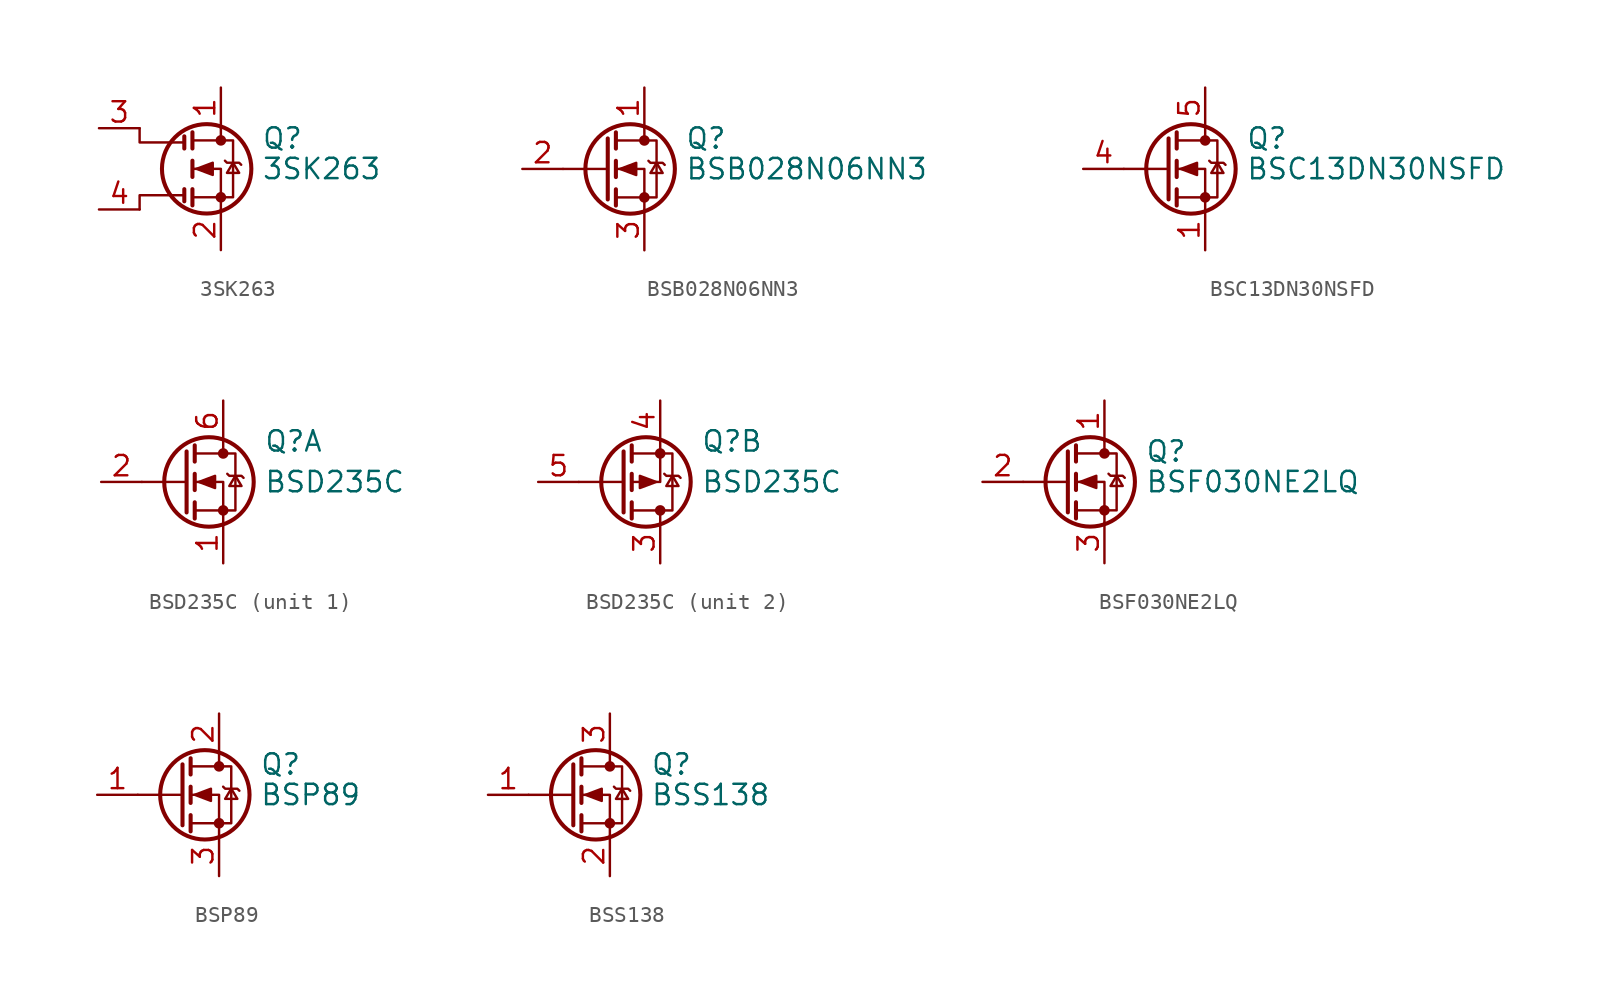
<source format=kicad_sym>
(kicad_symbol_lib
  (version 20200908)
  (generator kicad_symbol_editor)
  (symbol "Transistor_FET:3SK263"
    (pin_names hide)
    (property "Reference" "Q"
      (at 5.08 1.905 0)
      (effects (font (size 1.27 1.27)) (justify left)))
    (property "Value" "3SK263"
      (at 5.08 0 0)
      (effects (font (size 1.27 1.27)) (justify left)))
    (symbol "3SK263_0_1"
      (circle (center 1.651 0) (radius 2.794) (stroke (width 0.254)) (fill (type none)))
      (circle (center 2.54 -1.778) (radius 0.254) (stroke (width 0)) (fill (type outline)))
      (circle (center 2.54 1.778) (radius 0.254) (stroke (width 0)) (fill (type outline)))
      (polyline (pts (xy 0.254 -2.032) (xy 0.254 -1.27)) (stroke (width 0.254)) (fill (type none)))
      (polyline (pts (xy 0.254 2.032) (xy 0.254 1.27)) (stroke (width 0.254)) (fill (type none)))
      (polyline (pts (xy 0.762 -1.27) (xy 0.762 -2.286)) (stroke (width 0.254)) (fill (type none)))
      (polyline (pts (xy 0.762 0.508) (xy 0.762 -0.508)) (stroke (width 0.254)) (fill (type none)))
      (polyline (pts (xy 0.762 2.286) (xy 0.762 1.27)) (stroke (width 0.254)) (fill (type none)))
      (polyline (pts (xy 2.54 2.54) (xy 2.54 1.778)) (stroke (width 0)) (fill (type none)))
      (polyline (pts (xy 0.254 -1.651) (xy -2.54 -1.651) (xy -2.54 -2.54)) (stroke (width 0)) (fill (type none)))
      (polyline (pts (xy 0.254 1.651) (xy -2.54 1.651) (xy -2.54 2.54)) (stroke (width 0)) (fill (type none)))
      (polyline (pts (xy 2.54 -2.54) (xy 2.54 0) (xy 0.762 0)) (stroke (width 0)) (fill (type none)))
      (polyline (pts (xy 0.762 -1.778) (xy 3.302 -1.778) (xy 3.302 1.778) (xy 0.762 1.778)) (stroke (width 0)) (fill (type none)))
      (polyline (pts (xy 1.016 0) (xy 2.032 0.381) (xy 2.032 -0.381) (xy 1.016 0)) (stroke (width 0)) (fill (type outline)))
      (polyline (pts (xy 2.794 0.508) (xy 2.921 0.381) (xy 3.683 0.381) (xy 3.81 0.254)) (stroke (width 0)) (fill (type none)))
      (polyline (pts (xy 3.302 0.381) (xy 2.921 -0.254) (xy 3.683 -0.254) (xy 3.302 0.381)) (stroke (width 0)) (fill (type none))))
    (symbol "3SK263_1_1"
      (pin passive line (at 2.54 5.08 270) (length 2.54) (name "D" (effects (font (size 1.27 1.27)))) (number "1" (effects (font (size 1.27 1.27)))))
      (pin passive line (at 2.54 -5.08 90) (length 2.54) (name "S" (effects (font (size 1.27 1.27)))) (number "2" (effects (font (size 1.27 1.27)))))
      (pin passive line (at -5.08 2.54 0) (length 2.54) (name "G1" (effects (font (size 1.27 1.27)))) (number "3" (effects (font (size 1.27 1.27)))))
      (pin passive line (at -5.08 -2.54 0) (length 2.54) (name "G2" (effects (font (size 1.27 1.27)))) (number "4" (effects (font (size 1.27 1.27)))))))
  (symbol "Transistor_FET:BSB028N06NN3"
    (pin_names hide)
    (property "Reference" "Q"
      (at 5.08 1.905 0)
      (effects (font (size 1.27 1.27)) (justify left)))
    (property "Value" "BSB028N06NN3"
      (at 5.08 0 0)
      (effects (font (size 1.27 1.27)) (justify left)))
    (symbol "BSB028N06NN3_0_1"
      (circle (center 1.651 0) (radius 2.794) (stroke (width 0.254)) (fill (type none)))
      (circle (center 2.54 -1.778) (radius 0.254) (stroke (width 0)) (fill (type outline)))
      (circle (center 2.54 1.778) (radius 0.254) (stroke (width 0)) (fill (type outline)))
      (polyline (pts (xy 0.254 0) (xy -2.54 0)) (stroke (width 0)) (fill (type none)))
      (polyline (pts (xy 0.254 1.905) (xy 0.254 -1.905)) (stroke (width 0.254)) (fill (type none)))
      (polyline (pts (xy 0.762 -1.27) (xy 0.762 -2.286)) (stroke (width 0.254)) (fill (type none)))
      (polyline (pts (xy 0.762 0.508) (xy 0.762 -0.508)) (stroke (width 0.254)) (fill (type none)))
      (polyline (pts (xy 0.762 2.286) (xy 0.762 1.27)) (stroke (width 0.254)) (fill (type none)))
      (polyline (pts (xy 2.54 2.54) (xy 2.54 1.778)) (stroke (width 0)) (fill (type none)))
      (polyline (pts (xy 2.54 -2.54) (xy 2.54 0) (xy 0.762 0)) (stroke (width 0)) (fill (type none)))
      (polyline (pts (xy 0.762 -1.778) (xy 3.302 -1.778) (xy 3.302 1.778) (xy 0.762 1.778)) (stroke (width 0)) (fill (type none)))
      (polyline (pts (xy 1.016 0) (xy 2.032 0.381) (xy 2.032 -0.381) (xy 1.016 0)) (stroke (width 0)) (fill (type outline)))
      (polyline (pts (xy 2.794 0.508) (xy 2.921 0.381) (xy 3.683 0.381) (xy 3.81 0.254)) (stroke (width 0)) (fill (type none)))
      (polyline (pts (xy 3.302 0.381) (xy 2.921 -0.254) (xy 3.683 -0.254) (xy 3.302 0.381)) (stroke (width 0)) (fill (type none))))
    (symbol "BSB028N06NN3_1_1"
      (pin passive line (at 2.54 5.08 270) (length 2.54) (name "D" (effects (font (size 1.27 1.27)))) (number "1" (effects (font (size 1.27 1.27)))))
      (pin input line (at -5.08 0 0) (length 2.54) (name "G" (effects (font (size 1.27 1.27)))) (number "2" (effects (font (size 1.27 1.27)))))
      (pin passive line (at 2.54 -5.08 90) (length 2.54) (name "S" (effects (font (size 1.27 1.27)))) (number "3" (effects (font (size 1.27 1.27)))))))
  (symbol "Transistor_FET:BSC13DN30NSFD"
    (pin_names hide)
    (property "Reference" "Q"
      (at 5.08 1.905 0)
      (effects (font (size 1.27 1.27)) (justify left)))
    (property "Value" "BSC13DN30NSFD"
      (at 5.08 0 0)
      (effects (font (size 1.27 1.27)) (justify left)))
    (symbol "BSC13DN30NSFD_0_1"
      (circle (center 1.651 0) (radius 2.794) (stroke (width 0.254)) (fill (type none)))
      (circle (center 2.54 -1.778) (radius 0.254) (stroke (width 0)) (fill (type outline)))
      (circle (center 2.54 1.778) (radius 0.254) (stroke (width 0)) (fill (type outline)))
      (polyline (pts (xy 0.254 0) (xy -2.54 0)) (stroke (width 0)) (fill (type none)))
      (polyline (pts (xy 0.254 1.905) (xy 0.254 -1.905)) (stroke (width 0.254)) (fill (type none)))
      (polyline (pts (xy 0.762 -1.27) (xy 0.762 -2.286)) (stroke (width 0.254)) (fill (type none)))
      (polyline (pts (xy 0.762 0.508) (xy 0.762 -0.508)) (stroke (width 0.254)) (fill (type none)))
      (polyline (pts (xy 0.762 2.286) (xy 0.762 1.27)) (stroke (width 0.254)) (fill (type none)))
      (polyline (pts (xy 2.54 2.54) (xy 2.54 1.778)) (stroke (width 0)) (fill (type none)))
      (polyline (pts (xy 2.54 -2.54) (xy 2.54 0) (xy 0.762 0)) (stroke (width 0)) (fill (type none)))
      (polyline (pts (xy 0.762 -1.778) (xy 3.302 -1.778) (xy 3.302 1.778) (xy 0.762 1.778)) (stroke (width 0)) (fill (type none)))
      (polyline (pts (xy 1.016 0) (xy 2.032 0.381) (xy 2.032 -0.381) (xy 1.016 0)) (stroke (width 0)) (fill (type outline)))
      (polyline (pts (xy 2.794 0.508) (xy 2.921 0.381) (xy 3.683 0.381) (xy 3.81 0.254)) (stroke (width 0)) (fill (type none)))
      (polyline (pts (xy 3.302 0.381) (xy 2.921 -0.254) (xy 3.683 -0.254) (xy 3.302 0.381)) (stroke (width 0)) (fill (type none))))
    (symbol "BSC13DN30NSFD_1_1"
      (pin passive line (at 2.54 -5.08 90) (length 2.54) (name "S" (effects (font (size 1.27 1.27)))) (number "1" (effects (font (size 1.27 1.27)))))
      (pin passive line (at 2.54 -5.08 90) (length 2.54) hide (name "S" (effects (font (size 1.27 1.27)))) (number "2" (effects (font (size 1.27 1.27)))))
      (pin passive line (at 2.54 -5.08 90) (length 2.54) hide (name "S" (effects (font (size 1.27 1.27)))) (number "3" (effects (font (size 1.27 1.27)))))
      (pin passive line (at -5.08 0 0) (length 2.54) (name "G" (effects (font (size 1.27 1.27)))) (number "4" (effects (font (size 1.27 1.27)))))
      (pin passive line (at 2.54 5.08 270) (length 2.54) (name "D" (effects (font (size 1.27 1.27)))) (number "5" (effects (font (size 1.27 1.27)))))))
  (symbol "Transistor_FET:BSD235C"
    (pin_names hide)
    (property "Reference" "Q"
      (at 5.08 2.54 0)
      (effects (font (size 1.27 1.27)) (justify left)))
    (property "Value" "BSD235C"
      (at 5.08 0 0)
      (effects (font (size 1.27 1.27)) (justify left)))
    (symbol "BSD235C_1_1"
      (circle (center 1.651 0) (radius 2.794) (stroke (width 0.254)) (fill (type none)))
      (circle (center 2.54 -1.778) (radius 0.254) (stroke (width 0)) (fill (type outline)))
      (circle (center 2.54 1.778) (radius 0.254) (stroke (width 0)) (fill (type outline)))
      (polyline (pts (xy 0.254 -1.905) (xy 0.254 1.905)) (stroke (width 0.254)) (fill (type none)))
      (polyline (pts (xy 0.254 0) (xy -2.54 0)) (stroke (width 0)) (fill (type none)))
      (polyline (pts (xy 0.762 -2.286) (xy 0.762 -1.27)) (stroke (width 0.254)) (fill (type none)))
      (polyline (pts (xy 0.762 -0.508) (xy 0.762 0.508)) (stroke (width 0.254)) (fill (type none)))
      (polyline (pts (xy 0.762 1.27) (xy 0.762 2.286)) (stroke (width 0.254)) (fill (type none)))
      (polyline (pts (xy 2.54 1.905) (xy 2.54 2.54)) (stroke (width 0)) (fill (type none)))
      (polyline (pts (xy 2.54 -2.54) (xy 2.54 0) (xy 0.762 0)) (stroke (width 0)) (fill (type none)))
      (polyline (pts (xy 0.762 1.778) (xy 3.302 1.778) (xy 3.302 -1.778) (xy 0.762 -1.778)) (stroke (width 0)) (fill (type none)))
      (polyline (pts (xy 1.016 0) (xy 2.032 -0.381) (xy 2.032 0.381) (xy 1.016 0)) (stroke (width 0)) (fill (type outline)))
      (polyline (pts (xy 2.794 0.508) (xy 2.921 0.381) (xy 3.683 0.381) (xy 3.81 0.254)) (stroke (width 0)) (fill (type none)))
      (polyline (pts (xy 3.302 0.381) (xy 2.921 -0.254) (xy 3.683 -0.254) (xy 3.302 0.381)) (stroke (width 0)) (fill (type none)))
      (pin passive line (at 2.54 -5.08 90) (length 2.54) (name "SN" (effects (font (size 1.27 1.27)))) (number "1" (effects (font (size 1.27 1.27)))))
      (pin input line (at -5.08 0 0) (length 2.54) (name "GN" (effects (font (size 1.27 1.27)))) (number "2" (effects (font (size 1.27 1.27)))))
      (pin passive line (at 2.54 5.08 270) (length 2.54) (name "DN" (effects (font (size 1.27 1.27)))) (number "6" (effects (font (size 1.27 1.27))))))
    (symbol "BSD235C_2_1"
      (circle (center 1.651 0) (radius 2.794) (stroke (width 0.254)) (fill (type none)))
      (circle (center 2.54 -1.778) (radius 0.254) (stroke (width 0)) (fill (type outline)))
      (circle (center 2.54 1.778) (radius 0.254) (stroke (width 0)) (fill (type outline)))
      (polyline (pts (xy 0.254 0) (xy -2.54 0)) (stroke (width 0)) (fill (type none)))
      (polyline (pts (xy 0.254 1.905) (xy 0.254 -1.905)) (stroke (width 0.254)) (fill (type none)))
      (polyline (pts (xy 0.762 -1.27) (xy 0.762 -2.286)) (stroke (width 0.254)) (fill (type none)))
      (polyline (pts (xy 0.762 0.508) (xy 0.762 -0.508)) (stroke (width 0.254)) (fill (type none)))
      (polyline (pts (xy 0.762 2.286) (xy 0.762 1.27)) (stroke (width 0.254)) (fill (type none)))
      (polyline (pts (xy 2.54 -1.905) (xy 2.54 -2.54)) (stroke (width 0)) (fill (type none)))
      (polyline (pts (xy 2.54 2.54) (xy 2.54 0) (xy 0.762 0)) (stroke (width 0)) (fill (type none)))
      (polyline (pts (xy 0.762 -1.778) (xy 3.302 -1.778) (xy 3.302 1.778) (xy 0.762 1.778)) (stroke (width 0)) (fill (type none)))
      (polyline (pts (xy 2.286 0) (xy 1.27 -0.381) (xy 1.27 0.381) (xy 2.286 0)) (stroke (width 0)) (fill (type outline)))
      (polyline (pts (xy 2.794 0.508) (xy 2.921 0.381) (xy 3.683 0.381) (xy 3.81 0.254)) (stroke (width 0)) (fill (type none)))
      (polyline (pts (xy 3.302 0.381) (xy 2.921 -0.254) (xy 3.683 -0.254) (xy 3.302 0.381)) (stroke (width 0)) (fill (type none)))
      (pin passive line (at 2.54 -5.08 90) (length 2.54) (name "DP" (effects (font (size 1.27 1.27)))) (number "3" (effects (font (size 1.27 1.27)))))
      (pin passive line (at 2.54 5.08 270) (length 2.54) (name "SP" (effects (font (size 1.27 1.27)))) (number "4" (effects (font (size 1.27 1.27)))))
      (pin input line (at -5.08 0 0) (length 2.54) (name "GP" (effects (font (size 1.27 1.27)))) (number "5" (effects (font (size 1.27 1.27)))))))
  (symbol "Transistor_FET:BSF030NE2LQ"
    (pin_names hide)
    (property "Reference" "Q"
      (at 5.08 1.905 0)
      (effects (font (size 1.27 1.27)) (justify left)))
    (property "Value" "BSF030NE2LQ"
      (at 5.08 0 0)
      (effects (font (size 1.27 1.27)) (justify left)))
    (symbol "BSF030NE2LQ_0_1"
      (circle (center 1.651 0) (radius 2.794) (stroke (width 0.254)) (fill (type none)))
      (circle (center 2.54 -1.778) (radius 0.254) (stroke (width 0)) (fill (type outline)))
      (circle (center 2.54 1.778) (radius 0.254) (stroke (width 0)) (fill (type outline)))
      (polyline (pts (xy 0.254 0) (xy -2.54 0)) (stroke (width 0)) (fill (type none)))
      (polyline (pts (xy 0.254 1.905) (xy 0.254 -1.905)) (stroke (width 0.254)) (fill (type none)))
      (polyline (pts (xy 0.762 -1.27) (xy 0.762 -2.286)) (stroke (width 0.254)) (fill (type none)))
      (polyline (pts (xy 0.762 0.508) (xy 0.762 -0.508)) (stroke (width 0.254)) (fill (type none)))
      (polyline (pts (xy 0.762 2.286) (xy 0.762 1.27)) (stroke (width 0.254)) (fill (type none)))
      (polyline (pts (xy 2.54 2.54) (xy 2.54 1.778)) (stroke (width 0)) (fill (type none)))
      (polyline (pts (xy 2.54 -2.54) (xy 2.54 0) (xy 0.762 0)) (stroke (width 0)) (fill (type none)))
      (polyline (pts (xy 0.762 -1.778) (xy 3.302 -1.778) (xy 3.302 1.778) (xy 0.762 1.778)) (stroke (width 0)) (fill (type none)))
      (polyline (pts (xy 1.016 0) (xy 2.032 0.381) (xy 2.032 -0.381) (xy 1.016 0)) (stroke (width 0)) (fill (type outline)))
      (polyline (pts (xy 2.794 0.508) (xy 2.921 0.381) (xy 3.683 0.381) (xy 3.81 0.254)) (stroke (width 0)) (fill (type none)))
      (polyline (pts (xy 3.302 0.381) (xy 2.921 -0.254) (xy 3.683 -0.254) (xy 3.302 0.381)) (stroke (width 0)) (fill (type none))))
    (symbol "BSF030NE2LQ_1_1"
      (pin passive line (at 2.54 5.08 270) (length 2.54) (name "D" (effects (font (size 1.27 1.27)))) (number "1" (effects (font (size 1.27 1.27)))))
      (pin input line (at -5.08 0 0) (length 2.54) (name "G" (effects (font (size 1.27 1.27)))) (number "2" (effects (font (size 1.27 1.27)))))
      (pin passive line (at 2.54 -5.08 90) (length 2.54) (name "S" (effects (font (size 1.27 1.27)))) (number "3" (effects (font (size 1.27 1.27)))))))
  (symbol "Transistor_FET:BSP89"
    (pin_names hide)
    (property "Reference" "Q"
      (at 5.08 1.905 0)
      (effects (font (size 1.27 1.27)) (justify left)))
    (property "Value" "BSP89"
      (at 5.08 0 0)
      (effects (font (size 1.27 1.27)) (justify left)))
    (symbol "BSP89_0_1"
      (circle (center 1.651 0) (radius 2.794) (stroke (width 0.254)) (fill (type none)))
      (circle (center 2.54 -1.778) (radius 0.254) (stroke (width 0)) (fill (type outline)))
      (circle (center 2.54 1.778) (radius 0.254) (stroke (width 0)) (fill (type outline)))
      (polyline (pts (xy 0.254 0) (xy -2.54 0)) (stroke (width 0)) (fill (type none)))
      (polyline (pts (xy 0.254 1.905) (xy 0.254 -1.905)) (stroke (width 0.254)) (fill (type none)))
      (polyline (pts (xy 0.762 -1.27) (xy 0.762 -2.286)) (stroke (width 0.254)) (fill (type none)))
      (polyline (pts (xy 0.762 0.508) (xy 0.762 -0.508)) (stroke (width 0.254)) (fill (type none)))
      (polyline (pts (xy 0.762 2.286) (xy 0.762 1.27)) (stroke (width 0.254)) (fill (type none)))
      (polyline (pts (xy 2.54 2.54) (xy 2.54 1.778)) (stroke (width 0)) (fill (type none)))
      (polyline (pts (xy 2.54 -2.54) (xy 2.54 0) (xy 0.762 0)) (stroke (width 0)) (fill (type none)))
      (polyline (pts (xy 0.762 -1.778) (xy 3.302 -1.778) (xy 3.302 1.778) (xy 0.762 1.778)) (stroke (width 0)) (fill (type none)))
      (polyline (pts (xy 1.016 0) (xy 2.032 0.381) (xy 2.032 -0.381) (xy 1.016 0)) (stroke (width 0)) (fill (type outline)))
      (polyline (pts (xy 2.794 0.508) (xy 2.921 0.381) (xy 3.683 0.381) (xy 3.81 0.254)) (stroke (width 0)) (fill (type none)))
      (polyline (pts (xy 3.302 0.381) (xy 2.921 -0.254) (xy 3.683 -0.254) (xy 3.302 0.381)) (stroke (width 0)) (fill (type none))))
    (symbol "BSP89_1_1"
      (pin input line (at -5.08 0 0) (length 2.54) (name "G" (effects (font (size 1.27 1.27)))) (number "1" (effects (font (size 1.27 1.27)))))
      (pin passive line (at 2.54 5.08 270) (length 2.54) (name "D" (effects (font (size 1.27 1.27)))) (number "2" (effects (font (size 1.27 1.27)))))
      (pin passive line (at 2.54 -5.08 90) (length 2.54) (name "S" (effects (font (size 1.27 1.27)))) (number "3" (effects (font (size 1.27 1.27)))))))
  (symbol "Transistor_FET:BSS138"
    (pin_names hide)
    (property "Reference" "Q"
      (at 5.08 1.905 0)
      (effects (font (size 1.27 1.27)) (justify left)))
    (property "Value" "BSS138"
      (at 5.08 0 0)
      (effects (font (size 1.27 1.27)) (justify left)))
    (symbol "BSS138_0_1"
      (circle (center 1.651 0) (radius 2.794) (stroke (width 0.254)) (fill (type none)))
      (circle (center 2.54 -1.778) (radius 0.254) (stroke (width 0)) (fill (type outline)))
      (circle (center 2.54 1.778) (radius 0.254) (stroke (width 0)) (fill (type outline)))
      (polyline (pts (xy 0.254 0) (xy -2.54 0)) (stroke (width 0)) (fill (type none)))
      (polyline (pts (xy 0.254 1.905) (xy 0.254 -1.905)) (stroke (width 0.254)) (fill (type none)))
      (polyline (pts (xy 0.762 -1.27) (xy 0.762 -2.286)) (stroke (width 0.254)) (fill (type none)))
      (polyline (pts (xy 0.762 0.508) (xy 0.762 -0.508)) (stroke (width 0.254)) (fill (type none)))
      (polyline (pts (xy 0.762 2.286) (xy 0.762 1.27)) (stroke (width 0.254)) (fill (type none)))
      (polyline (pts (xy 2.54 2.54) (xy 2.54 1.778)) (stroke (width 0)) (fill (type none)))
      (polyline (pts (xy 2.54 -2.54) (xy 2.54 0) (xy 0.762 0)) (stroke (width 0)) (fill (type none)))
      (polyline (pts (xy 0.762 -1.778) (xy 3.302 -1.778) (xy 3.302 1.778) (xy 0.762 1.778)) (stroke (width 0)) (fill (type none)))
      (polyline (pts (xy 1.016 0) (xy 2.032 0.381) (xy 2.032 -0.381) (xy 1.016 0)) (stroke (width 0)) (fill (type outline)))
      (polyline (pts (xy 2.794 0.508) (xy 2.921 0.381) (xy 3.683 0.381) (xy 3.81 0.254)) (stroke (width 0)) (fill (type none)))
      (polyline (pts (xy 3.302 0.381) (xy 2.921 -0.254) (xy 3.683 -0.254) (xy 3.302 0.381)) (stroke (width 0)) (fill (type none))))
    (symbol "BSS138_1_1"
      (pin input line (at -5.08 0 0) (length 2.54) (name "G" (effects (font (size 1.27 1.27)))) (number "1" (effects (font (size 1.27 1.27)))))
      (pin passive line (at 2.54 -5.08 90) (length 2.54) (name "S" (effects (font (size 1.27 1.27)))) (number "2" (effects (font (size 1.27 1.27)))))
      (pin passive line (at 2.54 5.08 270) (length 2.54) (name "D" (effects (font (size 1.27 1.27)))) (number "3" (effects (font (size 1.27 1.27))))))))
</source>
